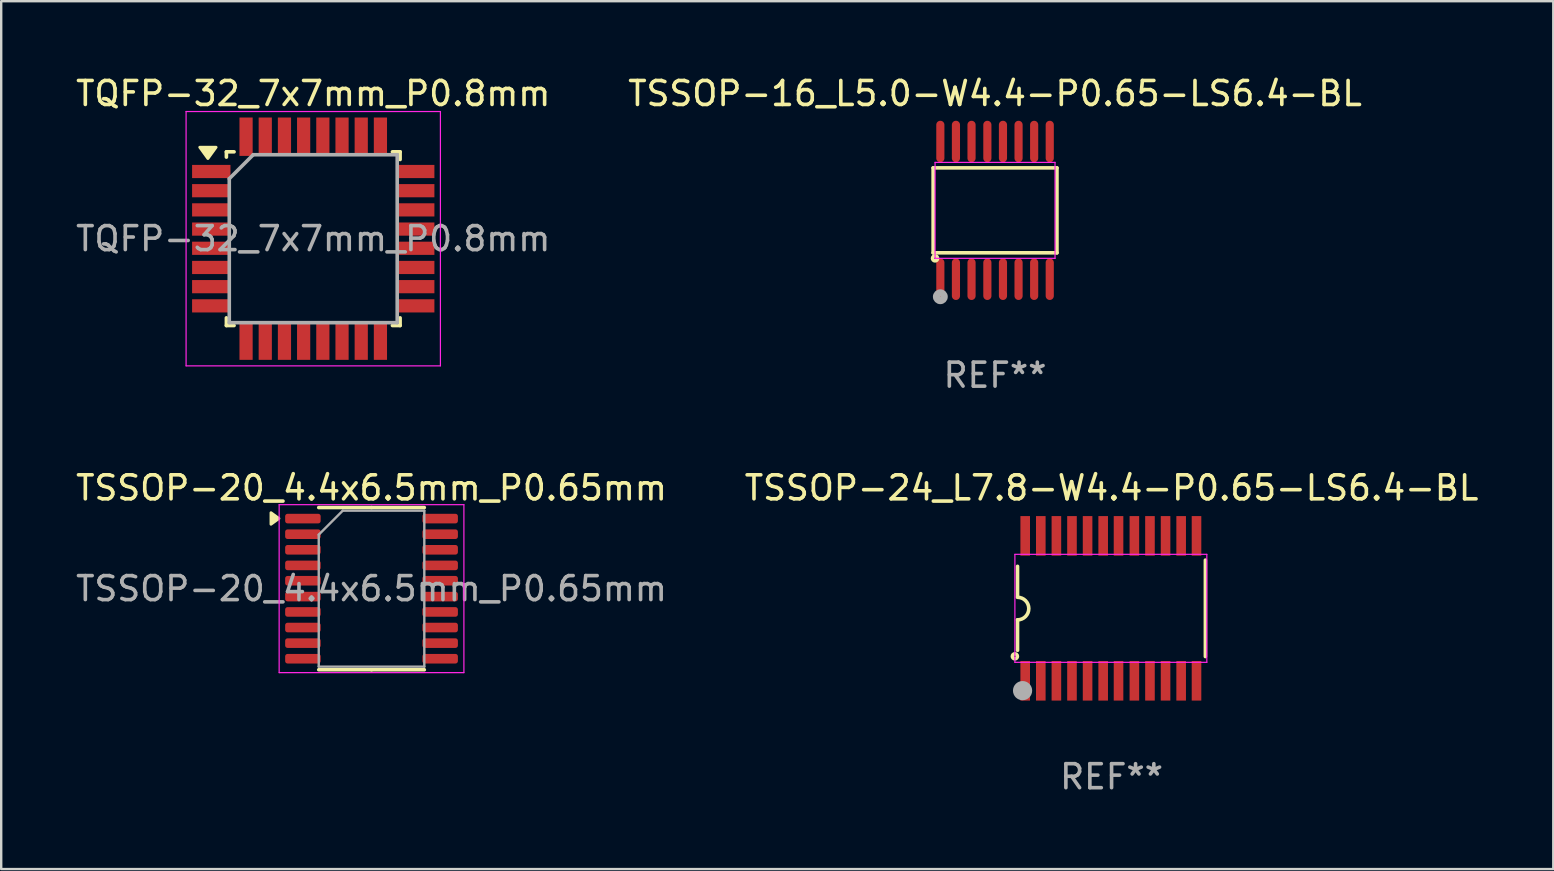
<source format=kicad_pcb>
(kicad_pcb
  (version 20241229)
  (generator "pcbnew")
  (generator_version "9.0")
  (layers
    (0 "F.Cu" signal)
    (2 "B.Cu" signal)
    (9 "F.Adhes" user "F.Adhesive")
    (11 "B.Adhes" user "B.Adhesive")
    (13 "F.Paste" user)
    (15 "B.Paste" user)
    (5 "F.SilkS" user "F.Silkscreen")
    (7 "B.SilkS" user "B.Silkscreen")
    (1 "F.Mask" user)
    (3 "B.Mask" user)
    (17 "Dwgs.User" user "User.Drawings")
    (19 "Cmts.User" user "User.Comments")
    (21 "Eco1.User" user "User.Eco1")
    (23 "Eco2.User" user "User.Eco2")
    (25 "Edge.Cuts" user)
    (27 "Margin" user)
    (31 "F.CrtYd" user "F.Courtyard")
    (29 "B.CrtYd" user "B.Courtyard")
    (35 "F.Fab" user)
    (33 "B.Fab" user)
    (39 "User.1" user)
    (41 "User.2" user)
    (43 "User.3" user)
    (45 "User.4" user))
  (footprint "TSSOP-24_L7.8-W4.4-P0.65-LS6.4-BL"
    (layer "F.Cu")
    (at 43.25 22.305)
    (property "Reference" "TSSOP-24_L7.8-W4.4-P0.65-LS6.4-BL" (at 0.03 -5.02 0) (layer "F.SilkS") (effects (font (size 1 1) (thickness 0.15))))
    (attr smd)
    (fp_line (start -3.89 -0.48) (end -3.89 -1.75) (stroke (width 0.15) (type solid)) (layer "F.SilkS"))
    (fp_line (start -3.89 1.75) (end -3.89 0.48) (stroke (width 0.15) (type solid)) (layer "F.SilkS"))
    (fp_line (start 3.94 -2.01) (end 3.94 2.01) (stroke (width 0.15) (type solid)) (layer "F.SilkS"))
    (fp_arc (start -3.89 -0.46) (mid -3.42 0.01) (end -3.89 0.48) (stroke (width 0.15) (type solid)) (layer "F.SilkS"))
    (fp_circle (center -4 2) (end -3.97 2) (stroke (width 0.15) (type solid)) (fill no) (layer "F.SilkS"))
    (fp_line (start -4 -2.25) (end -4 2.25) (stroke (width 0.05) (type default)) (layer "F.CrtYd"))
    (fp_line (start -4 2.25) (end 4 2.25) (stroke (width 0.05) (type default)) (layer "F.CrtYd"))
    (fp_line (start 4 -2.25) (end -4 -2.25) (stroke (width 0.05) (type default)) (layer "F.CrtYd"))
    (fp_line (start 4 2.25) (end 4 -2.25) (stroke (width 0.05) (type default)) (layer "F.CrtYd"))
    (fp_circle (center -3.68 3.43) (end -3.48 3.43) (stroke (width 0.4) (type solid)) (fill no) (layer "F.Fab"))
    (fp_text user "REF**" (at 0.03 7.02 0) (layer "F.Fab") (effects (font (size 1 1) (thickness 0.15))))
    (pad "1" smd rect (at -3.57 3.02) (size 0.4 1.65) (layers "F.Cu" "F.Mask" "F.Paste"))
    (pad "2" smd rect (at -2.92 3.02) (size 0.4 1.65) (layers "F.Cu" "F.Mask" "F.Paste"))
    (pad "3" smd rect (at -2.27 3.02) (size 0.4 1.65) (layers "F.Cu" "F.Mask" "F.Paste"))
    (pad "4" smd rect (at -1.62 3.02) (size 0.4 1.65) (layers "F.Cu" "F.Mask" "F.Paste"))
    (pad "5" smd rect (at -0.97 3.02) (size 0.4 1.65) (layers "F.Cu" "F.Mask" "F.Paste"))
    (pad "6" smd rect (at -0.32 3.02) (size 0.4 1.65) (layers "F.Cu" "F.Mask" "F.Paste"))
    (pad "7" smd rect (at 0.32 3.02) (size 0.4 1.65) (layers "F.Cu" "F.Mask" "F.Paste"))
    (pad "8" smd rect (at 0.98 3.02) (size 0.4 1.65) (layers "F.Cu" "F.Mask" "F.Paste"))
    (pad "9" smd rect (at 1.63 3.02) (size 0.4 1.65) (layers "F.Cu" "F.Mask" "F.Paste"))
    (pad "10" smd rect (at 2.28 3.02) (size 0.4 1.65) (layers "F.Cu" "F.Mask" "F.Paste"))
    (pad "11" smd rect (at 2.93 3.02) (size 0.4 1.65) (layers "F.Cu" "F.Mask" "F.Paste"))
    (pad "12" smd rect (at 3.57 3.02) (size 0.4 1.65) (layers "F.Cu" "F.Mask" "F.Paste"))
    (pad "13" smd rect (at 3.57 -3.02) (size 0.4 1.65) (layers "F.Cu" "F.Mask" "F.Paste"))
    (pad "14" smd rect (at 2.93 -3.02) (size 0.4 1.65) (layers "F.Cu" "F.Mask" "F.Paste"))
    (pad "15" smd rect (at 2.28 -3.02) (size 0.4 1.65) (layers "F.Cu" "F.Mask" "F.Paste"))
    (pad "16" smd rect (at 1.63 -3.02) (size 0.4 1.65) (layers "F.Cu" "F.Mask" "F.Paste"))
    (pad "17" smd rect (at 0.98 -3.02) (size 0.4 1.65) (layers "F.Cu" "F.Mask" "F.Paste"))
    (pad "18" smd rect (at 0.32 -3.02) (size 0.4 1.65) (layers "F.Cu" "F.Mask" "F.Paste"))
    (pad "19" smd rect (at -0.32 -3.02) (size 0.4 1.65) (layers "F.Cu" "F.Mask" "F.Paste"))
    (pad "20" smd rect (at -0.97 -3.02) (size 0.4 1.65) (layers "F.Cu" "F.Mask" "F.Paste"))
    (pad "21" smd rect (at -1.62 -3.02) (size 0.4 1.65) (layers "F.Cu" "F.Mask" "F.Paste"))
    (pad "22" smd rect (at -2.27 -3.02) (size 0.4 1.65) (layers "F.Cu" "F.Mask" "F.Paste"))
    (pad "23" smd rect (at -2.92 -3.02) (size 0.4 1.65) (layers "F.Cu" "F.Mask" "F.Paste"))
    (pad "24" smd rect (at -3.57 -3.02) (size 0.4 1.65) (layers "F.Cu" "F.Mask" "F.Paste")))
  (footprint "TSSOP-16_L5.0-W4.4-P0.65-LS6.4-BL"
    (layer "F.Cu")
    (at 38.423 5.718)
    (property "Reference" "TSSOP-16_L5.0-W4.4-P0.65-LS6.4-BL" (at 0 -4.87 0) (layer "F.SilkS") (effects (font (size 1 1) (thickness 0.15))))
    (attr smd)
    (fp_line (start -2.58 -1.77) (end 2.58 -1.77) (stroke (width 0.15) (type solid)) (layer "F.SilkS"))
    (fp_line (start -2.58 1.77) (end -2.58 -1.77) (stroke (width 0.15) (type solid)) (layer "F.SilkS"))
    (fp_line (start 2.58 -1.77) (end 2.58 1.77) (stroke (width 0.15) (type solid)) (layer "F.SilkS"))
    (fp_line (start 2.58 1.77) (end -2.58 1.77) (stroke (width 0.15) (type solid)) (layer "F.SilkS"))
    (fp_circle (center -2.5 2) (end -2.47 2) (stroke (width 0.15) (type solid)) (fill no) (layer "F.SilkS"))
    (fp_line (start -2.5 -2) (end -2.5 2) (stroke (width 0.05) (type default)) (layer "F.CrtYd"))
    (fp_line (start -2.5 2) (end 2.5 2) (stroke (width 0.05) (type default)) (layer "F.CrtYd"))
    (fp_line (start 2.5 -2) (end -2.5 -2) (stroke (width 0.05) (type default)) (layer "F.CrtYd"))
    (fp_line (start 2.5 2) (end 2.5 -2) (stroke (width 0.05) (type default)) (layer "F.CrtYd"))
    (fp_circle (center -2.28 3.6) (end -2.12 3.6) (stroke (width 0.3) (type solid)) (fill no) (layer "F.Fab"))
    (fp_text user "REF**" (at 0 6.87 0) (layer "F.Fab") (effects (font (size 1 1) (thickness 0.15))))
    (pad "1" smd oval (at -2.28 2.87) (size 0.34 1.73) (layers "F.Cu" "F.Mask" "F.Paste"))
    (pad "2" smd oval (at -1.63 2.87) (size 0.34 1.73) (layers "F.Cu" "F.Mask" "F.Paste"))
    (pad "3" smd oval (at -0.98 2.87) (size 0.34 1.73) (layers "F.Cu" "F.Mask" "F.Paste"))
    (pad "4" smd oval (at -0.32 2.87) (size 0.34 1.73) (layers "F.Cu" "F.Mask" "F.Paste"))
    (pad "5" smd oval (at 0.33 2.87) (size 0.34 1.73) (layers "F.Cu" "F.Mask" "F.Paste"))
    (pad "6" smd oval (at 0.98 2.87) (size 0.34 1.73) (layers "F.Cu" "F.Mask" "F.Paste"))
    (pad "7" smd oval (at 1.63 2.87) (size 0.34 1.73) (layers "F.Cu" "F.Mask" "F.Paste"))
    (pad "8" smd oval (at 2.28 2.87) (size 0.34 1.73) (layers "F.Cu" "F.Mask" "F.Paste"))
    (pad "9" smd oval (at 2.28 -2.87) (size 0.34 1.73) (layers "F.Cu" "F.Mask" "F.Paste"))
    (pad "10" smd oval (at 1.63 -2.87) (size 0.34 1.73) (layers "F.Cu" "F.Mask" "F.Paste"))
    (pad "11" smd oval (at 0.98 -2.87) (size 0.34 1.73) (layers "F.Cu" "F.Mask" "F.Paste"))
    (pad "12" smd oval (at 0.33 -2.87) (size 0.34 1.73) (layers "F.Cu" "F.Mask" "F.Paste"))
    (pad "13" smd oval (at -0.32 -2.87) (size 0.34 1.73) (layers "F.Cu" "F.Mask" "F.Paste"))
    (pad "14" smd oval (at -0.98 -2.87) (size 0.34 1.73) (layers "F.Cu" "F.Mask" "F.Paste"))
    (pad "15" smd oval (at -1.63 -2.87) (size 0.34 1.73) (layers "F.Cu" "F.Mask" "F.Paste"))
    (pad "16" smd oval (at -2.28 -2.87) (size 0.34 1.73) (layers "F.Cu" "F.Mask" "F.Paste")))
  (footprint "TSSOP-20_4.4x6.5mm_P0.65mm"
    (layer "F.Cu")
    (at 12.435 21.485)
    (property "Reference" "TSSOP-20_4.4x6.5mm_P0.65mm" (at 0 -4.2 0) (layer "F.SilkS") (effects (font (size 1 1) (thickness 0.15))))
    (attr smd)
    (fp_line (start 0 -3.38) (end -2.2 -3.38) (stroke (width 0.15) (type solid)) (layer "F.SilkS"))
    (fp_line (start 0 -3.38) (end 2.2 -3.38) (stroke (width 0.15) (type solid)) (layer "F.SilkS"))
    (fp_line (start 0 3.38) (end -2.2 3.38) (stroke (width 0.15) (type solid)) (layer "F.SilkS"))
    (fp_line (start 0 3.38) (end 2.2 3.38) (stroke (width 0.15) (type solid)) (layer "F.SilkS"))
    (fp_poly (pts (xy -3.86 -2.925) (xy -4.19 -3.165) (xy -4.19 -2.685) (xy -3.86 -2.925)) (stroke (width 0.12) (type solid)) (fill yes) (layer "F.SilkS"))
    (fp_line (start -3.85 -3.5) (end -3.85 3.5) (stroke (width 0.05) (type solid)) (layer "F.CrtYd"))
    (fp_line (start -3.85 3.5) (end 3.85 3.5) (stroke (width 0.05) (type solid)) (layer "F.CrtYd"))
    (fp_line (start 3.85 -3.5) (end -3.85 -3.5) (stroke (width 0.05) (type solid)) (layer "F.CrtYd"))
    (fp_line (start 3.85 3.5) (end 3.85 -3.5) (stroke (width 0.05) (type solid)) (layer "F.CrtYd"))
    (fp_line (start -2.2 -2.25) (end -1.2 -3.25) (stroke (width 0.1) (type solid)) (layer "F.Fab"))
    (fp_line (start -2.2 3.25) (end -2.2 -2.25) (stroke (width 0.1) (type solid)) (layer "F.Fab"))
    (fp_line (start -1.2 -3.25) (end 2.2 -3.25) (stroke (width 0.1) (type solid)) (layer "F.Fab"))
    (fp_line (start 2.2 -3.25) (end 2.2 3.25) (stroke (width 0.1) (type solid)) (layer "F.Fab"))
    (fp_line (start 2.2 3.25) (end -2.2 3.25) (stroke (width 0.1) (type solid)) (layer "F.Fab"))
    (fp_text user "${REFERENCE}" (at 0 0 0) (layer "F.Fab") (effects (font (size 1 1) (thickness 0.15))))
    (pad "1" smd roundrect (at -2.86 -2.92) (size 1.48 0.4) (layers "F.Cu" "F.Mask" "F.Paste") (roundrect_rratio 0.25))
    (pad "2" smd roundrect (at -2.86 -2.27) (size 1.48 0.4) (layers "F.Cu" "F.Mask" "F.Paste") (roundrect_rratio 0.25))
    (pad "3" smd roundrect (at -2.86 -1.62) (size 1.48 0.4) (layers "F.Cu" "F.Mask" "F.Paste") (roundrect_rratio 0.25))
    (pad "4" smd roundrect (at -2.86 -0.97) (size 1.48 0.4) (layers "F.Cu" "F.Mask" "F.Paste") (roundrect_rratio 0.25))
    (pad "5" smd roundrect (at -2.86 -0.33) (size 1.48 0.4) (layers "F.Cu" "F.Mask" "F.Paste") (roundrect_rratio 0.25))
    (pad "6" smd roundrect (at -2.86 0.33) (size 1.48 0.4) (layers "F.Cu" "F.Mask" "F.Paste") (roundrect_rratio 0.25))
    (pad "7" smd roundrect (at -2.86 0.97) (size 1.48 0.4) (layers "F.Cu" "F.Mask" "F.Paste") (roundrect_rratio 0.25))
    (pad "8" smd roundrect (at -2.86 1.62) (size 1.48 0.4) (layers "F.Cu" "F.Mask" "F.Paste") (roundrect_rratio 0.25))
    (pad "9" smd roundrect (at -2.86 2.27) (size 1.48 0.4) (layers "F.Cu" "F.Mask" "F.Paste") (roundrect_rratio 0.25))
    (pad "10" smd roundrect (at -2.86 2.92) (size 1.48 0.4) (layers "F.Cu" "F.Mask" "F.Paste") (roundrect_rratio 0.25))
    (pad "11" smd roundrect (at 2.86 2.92) (size 1.48 0.4) (layers "F.Cu" "F.Mask" "F.Paste") (roundrect_rratio 0.25))
    (pad "12" smd roundrect (at 2.86 2.27) (size 1.48 0.4) (layers "F.Cu" "F.Mask" "F.Paste") (roundrect_rratio 0.25))
    (pad "13" smd roundrect (at 2.86 1.62) (size 1.48 0.4) (layers "F.Cu" "F.Mask" "F.Paste") (roundrect_rratio 0.25))
    (pad "14" smd roundrect (at 2.86 0.97) (size 1.48 0.4) (layers "F.Cu" "F.Mask" "F.Paste") (roundrect_rratio 0.25))
    (pad "15" smd roundrect (at 2.86 0.33) (size 1.48 0.4) (layers "F.Cu" "F.Mask" "F.Paste") (roundrect_rratio 0.25))
    (pad "16" smd roundrect (at 2.86 -0.33) (size 1.48 0.4) (layers "F.Cu" "F.Mask" "F.Paste") (roundrect_rratio 0.25))
    (pad "17" smd roundrect (at 2.86 -0.97) (size 1.48 0.4) (layers "F.Cu" "F.Mask" "F.Paste") (roundrect_rratio 0.25))
    (pad "18" smd roundrect (at 2.86 -1.62) (size 1.48 0.4) (layers "F.Cu" "F.Mask" "F.Paste") (roundrect_rratio 0.25))
    (pad "19" smd roundrect (at 2.86 -2.27) (size 1.48 0.4) (layers "F.Cu" "F.Mask" "F.Paste") (roundrect_rratio 0.25))
    (pad "20" smd roundrect (at 2.86 -2.92) (size 1.48 0.4) (layers "F.Cu" "F.Mask" "F.Paste") (roundrect_rratio 0.25)))
  (footprint "TQFP-32_7x7mm_P0.8mm"
    (layer "F.Cu")
    (at 10.006 6.898)
    (property "Reference" "TQFP-32_7x7mm_P0.8mm" (at 0 -6.05 0) (layer "F.SilkS") (effects (font (size 1 1) (thickness 0.15))))
    (attr smd)
    (fp_line (start -3.62 -3.62) (end -3.62 -3.4) (stroke (width 0.15) (type solid)) (layer "F.SilkS"))
    (fp_line (start -3.62 -3.62) (end -3.3 -3.62) (stroke (width 0.15) (type solid)) (layer "F.SilkS"))
    (fp_line (start -3.62 3.62) (end -3.62 3.3) (stroke (width 0.15) (type solid)) (layer "F.SilkS"))
    (fp_line (start -3.62 3.62) (end -3.3 3.62) (stroke (width 0.15) (type solid)) (layer "F.SilkS"))
    (fp_line (start 3.62 -3.62) (end 3.3 -3.62) (stroke (width 0.15) (type solid)) (layer "F.SilkS"))
    (fp_line (start 3.62 -3.62) (end 3.62 -3.3) (stroke (width 0.15) (type solid)) (layer "F.SilkS"))
    (fp_line (start 3.62 3.62) (end 3.3 3.62) (stroke (width 0.15) (type solid)) (layer "F.SilkS"))
    (fp_line (start 3.62 3.62) (end 3.62 3.3) (stroke (width 0.15) (type solid)) (layer "F.SilkS"))
    (fp_poly (pts (xy -4.39 -3.34) (xy -4.73 -3.81) (xy -4.05 -3.81) (xy -4.39 -3.34)) (stroke (width 0.12) (type solid)) (fill yes) (layer "F.SilkS"))
    (fp_line (start -5.3 -5.3) (end -5.3 5.3) (stroke (width 0.05) (type solid)) (layer "F.CrtYd"))
    (fp_line (start -5.3 -5.3) (end 5.3 -5.3) (stroke (width 0.05) (type solid)) (layer "F.CrtYd"))
    (fp_line (start -5.3 5.3) (end 5.3 5.3) (stroke (width 0.05) (type solid)) (layer "F.CrtYd"))
    (fp_line (start 5.3 -5.3) (end 5.3 5.3) (stroke (width 0.05) (type solid)) (layer "F.CrtYd"))
    (fp_line (start -3.5 -2.5) (end -2.5 -3.5) (stroke (width 0.15) (type solid)) (layer "F.Fab"))
    (fp_line (start -3.5 3.5) (end -3.5 -2.5) (stroke (width 0.15) (type solid)) (layer "F.Fab"))
    (fp_line (start -2.5 -3.5) (end 3.5 -3.5) (stroke (width 0.15) (type solid)) (layer "F.Fab"))
    (fp_line (start 3.5 -3.5) (end 3.5 3.5) (stroke (width 0.15) (type solid)) (layer "F.Fab"))
    (fp_line (start 3.5 3.5) (end -3.5 3.5) (stroke (width 0.15) (type solid)) (layer "F.Fab"))
    (fp_text user "${REFERENCE}" (at 0 0 0) (layer "F.Fab") (effects (font (size 1 1) (thickness 0.15))))
    (pad "1" smd rect (at -4.25 -2.8) (size 1.6 0.55) (layers "F.Cu" "F.Mask" "F.Paste"))
    (pad "2" smd rect (at -4.25 -2) (size 1.6 0.55) (layers "F.Cu" "F.Mask" "F.Paste"))
    (pad "3" smd rect (at -4.25 -1.2) (size 1.6 0.55) (layers "F.Cu" "F.Mask" "F.Paste"))
    (pad "4" smd rect (at -4.25 -0.4) (size 1.6 0.55) (layers "F.Cu" "F.Mask" "F.Paste"))
    (pad "5" smd rect (at -4.25 0.4) (size 1.6 0.55) (layers "F.Cu" "F.Mask" "F.Paste"))
    (pad "6" smd rect (at -4.25 1.2) (size 1.6 0.55) (layers "F.Cu" "F.Mask" "F.Paste"))
    (pad "7" smd rect (at -4.25 2) (size 1.6 0.55) (layers "F.Cu" "F.Mask" "F.Paste"))
    (pad "8" smd rect (at -4.25 2.8) (size 1.6 0.55) (layers "F.Cu" "F.Mask" "F.Paste"))
    (pad "9" smd rect (at -2.8 4.25 90) (size 1.6 0.55) (layers "F.Cu" "F.Mask" "F.Paste"))
    (pad "10" smd rect (at -2 4.25 90) (size 1.6 0.55) (layers "F.Cu" "F.Mask" "F.Paste"))
    (pad "11" smd rect (at -1.2 4.25 90) (size 1.6 0.55) (layers "F.Cu" "F.Mask" "F.Paste"))
    (pad "12" smd rect (at -0.4 4.25 90) (size 1.6 0.55) (layers "F.Cu" "F.Mask" "F.Paste"))
    (pad "13" smd rect (at 0.4 4.25 90) (size 1.6 0.55) (layers "F.Cu" "F.Mask" "F.Paste"))
    (pad "14" smd rect (at 1.2 4.25 90) (size 1.6 0.55) (layers "F.Cu" "F.Mask" "F.Paste"))
    (pad "15" smd rect (at 2 4.25 90) (size 1.6 0.55) (layers "F.Cu" "F.Mask" "F.Paste"))
    (pad "16" smd rect (at 2.8 4.25 90) (size 1.6 0.55) (layers "F.Cu" "F.Mask" "F.Paste"))
    (pad "17" smd rect (at 4.25 2.8) (size 1.6 0.55) (layers "F.Cu" "F.Mask" "F.Paste"))
    (pad "18" smd rect (at 4.25 2) (size 1.6 0.55) (layers "F.Cu" "F.Mask" "F.Paste"))
    (pad "19" smd rect (at 4.25 1.2) (size 1.6 0.55) (layers "F.Cu" "F.Mask" "F.Paste"))
    (pad "20" smd rect (at 4.25 0.4) (size 1.6 0.55) (layers "F.Cu" "F.Mask" "F.Paste"))
    (pad "21" smd rect (at 4.25 -0.4) (size 1.6 0.55) (layers "F.Cu" "F.Mask" "F.Paste"))
    (pad "22" smd rect (at 4.25 -1.2) (size 1.6 0.55) (layers "F.Cu" "F.Mask" "F.Paste"))
    (pad "23" smd rect (at 4.25 -2) (size 1.6 0.55) (layers "F.Cu" "F.Mask" "F.Paste"))
    (pad "24" smd rect (at 4.25 -2.8) (size 1.6 0.55) (layers "F.Cu" "F.Mask" "F.Paste"))
    (pad "25" smd rect (at 2.8 -4.25 90) (size 1.6 0.55) (layers "F.Cu" "F.Mask" "F.Paste"))
    (pad "26" smd rect (at 2 -4.25 90) (size 1.6 0.55) (layers "F.Cu" "F.Mask" "F.Paste"))
    (pad "27" smd rect (at 1.2 -4.25 90) (size 1.6 0.55) (layers "F.Cu" "F.Mask" "F.Paste"))
    (pad "28" smd rect (at 0.4 -4.25 90) (size 1.6 0.55) (layers "F.Cu" "F.Mask" "F.Paste"))
    (pad "29" smd rect (at -0.4 -4.25 90) (size 1.6 0.55) (layers "F.Cu" "F.Mask" "F.Paste"))
    (pad "30" smd rect (at -1.2 -4.25 90) (size 1.6 0.55) (layers "F.Cu" "F.Mask" "F.Paste"))
    (pad "31" smd rect (at -2 -4.25 90) (size 1.6 0.55) (layers "F.Cu" "F.Mask" "F.Paste"))
    (pad "32" smd rect (at -2.8 -4.25 90) (size 1.6 0.55) (layers "F.Cu" "F.Mask" "F.Paste")))
  (gr_rect
    (start -3 -3)
    (end 61.69 33.173)
    (stroke (width 0.1) (type default))
    (fill no)
    (layer "Edge.Cuts")))
</source>
